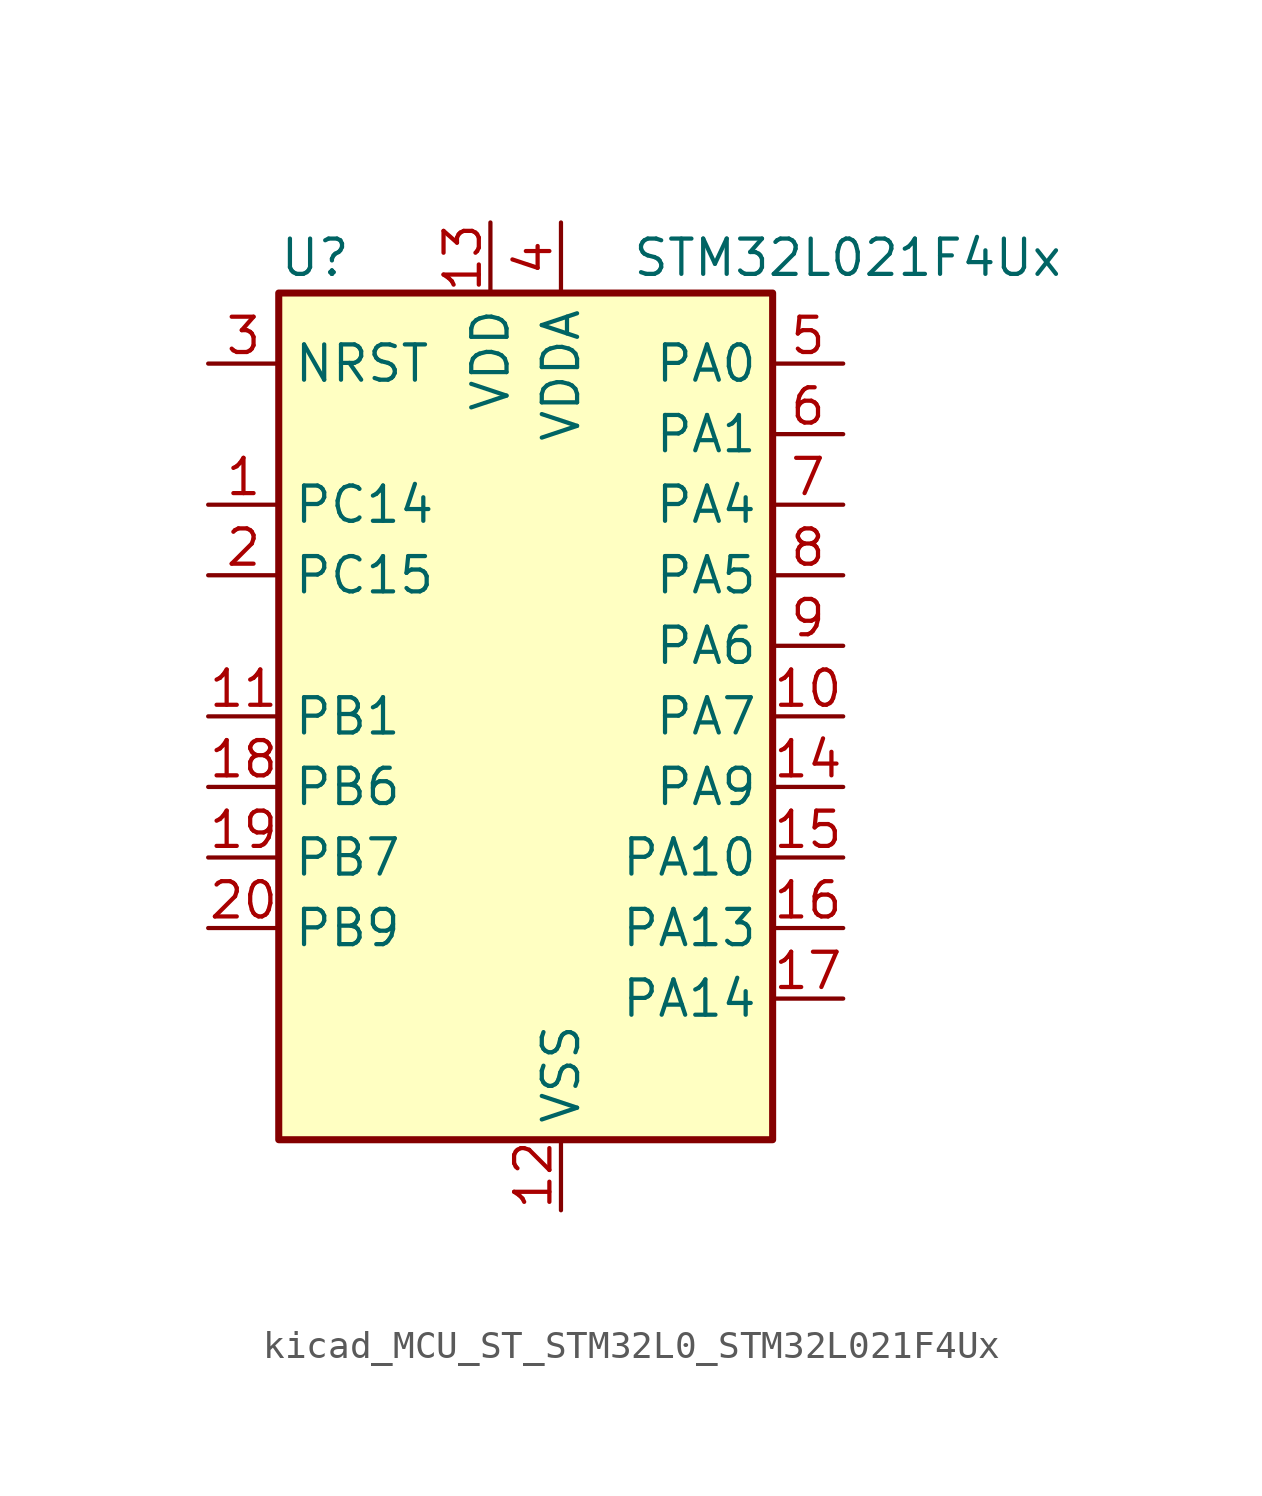
<source format=kicad_sym>
(kicad_symbol_lib
  (version 20220914)
  (generator kicad_symbol_editor)
  (symbol "kicad_MCU_ST_STM32L0_STM32L021F4Ux"
    (property "Reference" "U"
      (at -7.62 16.51 0)
      (effects (font (size 1.27 1.27)) (justify left)))
    (property "Value" "STM32L021F4Ux"
      (at 5.08 16.51 0)
      (effects (font (size 1.27 1.27)) (justify left)))
    (property "ki_locked" ""
      (at 0 0 0)
      (effects (font (size 1.27 1.27))))
    (symbol "kicad_MCU_ST_STM32L0_STM32L021F4Ux_0_1"
      (rectangle (start -7.62 -15.24) (end 10.16 15.24) (stroke (width 0.254) (type default)) (fill (type background))))
    (symbol "kicad_MCU_ST_STM32L0_STM32L021F4Ux_1_1"
      (pin bidirectional line (at -10.16 7.62 0) (length 2.54) (name "PC14" (effects (font (size 1.27 1.27)))) (number "1" (effects (font (size 1.27 1.27)))) (alternate "RCC_OSC32_IN" bidirectional line))
      (pin bidirectional line (at 12.7 0 180) (length 2.54) (name "PA7" (effects (font (size 1.27 1.27)))) (number "10" (effects (font (size 1.27 1.27)))) (alternate "ADC_IN7" bidirectional line) (alternate "COMP2_INP" bidirectional line) (alternate "COMP2_OUT" bidirectional line) (alternate "LPTIM1_OUT" bidirectional line) (alternate "SPI1_MOSI" bidirectional line) (alternate "TIM21_ETR" bidirectional line) (alternate "USART2_CTS" bidirectional line))
      (pin bidirectional line (at -10.16 0 0) (length 2.54) (name "PB1" (effects (font (size 1.27 1.27)))) (number "11" (effects (font (size 1.27 1.27)))) (alternate "ADC_IN9" bidirectional line) (alternate "LPTIM1_IN1" bidirectional line) (alternate "LPUART1_DE" bidirectional line) (alternate "LPUART1_RTS" bidirectional line) (alternate "SPI1_MOSI" bidirectional line) (alternate "SYS_VREF_OUT_PB1" bidirectional line) (alternate "TIM2_CH4" bidirectional line) (alternate "USART2_CK" bidirectional line))
      (pin power_in line (at 2.54 -17.78 90) (length 2.54) (name "VSS" (effects (font (size 1.27 1.27)))) (number "12" (effects (font (size 1.27 1.27)))))
      (pin power_in line (at 0 17.78 270) (length 2.54) (name "VDD" (effects (font (size 1.27 1.27)))) (number "13" (effects (font (size 1.27 1.27)))))
      (pin bidirectional line (at 12.7 -2.54 180) (length 2.54) (name "PA9" (effects (font (size 1.27 1.27)))) (number "14" (effects (font (size 1.27 1.27)))) (alternate "COMP1_OUT" bidirectional line) (alternate "I2C1_SCL" bidirectional line) (alternate "LPTIM1_OUT" bidirectional line) (alternate "RCC_MCO" bidirectional line) (alternate "TIM21_CH2" bidirectional line) (alternate "USART2_TX" bidirectional line))
      (pin bidirectional line (at 12.7 -5.08 180) (length 2.54) (name "PA10" (effects (font (size 1.27 1.27)))) (number "15" (effects (font (size 1.27 1.27)))) (alternate "COMP1_OUT" bidirectional line) (alternate "I2C1_SDA" bidirectional line) (alternate "RTC_REFIN" bidirectional line) (alternate "TIM21_CH1" bidirectional line) (alternate "TIM2_CH3" bidirectional line) (alternate "USART2_RX" bidirectional line))
      (pin bidirectional line (at 12.7 -7.62 180) (length 2.54) (name "PA13" (effects (font (size 1.27 1.27)))) (number "16" (effects (font (size 1.27 1.27)))) (alternate "COMP1_OUT" bidirectional line) (alternate "I2C1_SDA" bidirectional line) (alternate "LPTIM1_ETR" bidirectional line) (alternate "LPUART1_RX" bidirectional line) (alternate "SPI1_SCK" bidirectional line) (alternate "SYS_SWDIO" bidirectional line))
      (pin bidirectional line (at 12.7 -10.16 180) (length 2.54) (name "PA14" (effects (font (size 1.27 1.27)))) (number "17" (effects (font (size 1.27 1.27)))) (alternate "COMP2_OUT" bidirectional line) (alternate "I2C1_SMBA" bidirectional line) (alternate "LPTIM1_OUT" bidirectional line) (alternate "LPUART1_TX" bidirectional line) (alternate "SPI1_MISO" bidirectional line) (alternate "SYS_SWCLK" bidirectional line) (alternate "USART2_TX" bidirectional line))
      (pin bidirectional line (at -10.16 -2.54 0) (length 2.54) (name "PB6" (effects (font (size 1.27 1.27)))) (number "18" (effects (font (size 1.27 1.27)))) (alternate "COMP2_INP" bidirectional line) (alternate "I2C1_SCL" bidirectional line) (alternate "LPTIM1_ETR" bidirectional line) (alternate "LPUART1_TX" bidirectional line) (alternate "TIM2_CH3" bidirectional line) (alternate "USART2_TX" bidirectional line))
      (pin bidirectional line (at -10.16 -5.08 0) (length 2.54) (name "PB7" (effects (font (size 1.27 1.27)))) (number "19" (effects (font (size 1.27 1.27)))) (alternate "COMP2_INP" bidirectional line) (alternate "I2C1_SDA" bidirectional line) (alternate "LPTIM1_IN2" bidirectional line) (alternate "LPUART1_RX" bidirectional line) (alternate "SYS_PVD_IN" bidirectional line) (alternate "TIM2_CH4" bidirectional line) (alternate "USART2_RX" bidirectional line))
      (pin bidirectional line (at -10.16 5.08 0) (length 2.54) (name "PC15" (effects (font (size 1.27 1.27)))) (number "2" (effects (font (size 1.27 1.27)))) (alternate "RCC_OSC32_OUT" bidirectional line))
      (pin bidirectional line (at -10.16 -7.62 0) (length 2.54) (name "PB9" (effects (font (size 1.27 1.27)))) (number "20" (effects (font (size 1.27 1.27)))))
      (pin input line (at -10.16 12.7 0) (length 2.54) (name "NRST" (effects (font (size 1.27 1.27)))) (number "3" (effects (font (size 1.27 1.27)))))
      (pin power_in line (at 2.54 17.78 270) (length 2.54) (name "VDDA" (effects (font (size 1.27 1.27)))) (number "4" (effects (font (size 1.27 1.27)))))
      (pin bidirectional line (at 12.7 12.7 180) (length 2.54) (name "PA0" (effects (font (size 1.27 1.27)))) (number "5" (effects (font (size 1.27 1.27)))) (alternate "ADC_IN0" bidirectional line) (alternate "COMP1_INM" bidirectional line) (alternate "COMP1_OUT" bidirectional line) (alternate "LPTIM1_IN1" bidirectional line) (alternate "LPUART1_RX" bidirectional line) (alternate "RCC_CK_IN" bidirectional line) (alternate "RTC_TAMP2" bidirectional line) (alternate "SYS_WKUP1" bidirectional line) (alternate "TIM2_CH1" bidirectional line) (alternate "TIM2_ETR" bidirectional line) (alternate "USART2_CTS" bidirectional line) (alternate "USART2_RX" bidirectional line))
      (pin bidirectional line (at 12.7 10.16 180) (length 2.54) (name "PA1" (effects (font (size 1.27 1.27)))) (number "6" (effects (font (size 1.27 1.27)))) (alternate "ADC_IN1" bidirectional line) (alternate "COMP1_INP" bidirectional line) (alternate "I2C1_SMBA" bidirectional line) (alternate "LPTIM1_IN2" bidirectional line) (alternate "LPUART1_TX" bidirectional line) (alternate "TIM21_ETR" bidirectional line) (alternate "TIM2_CH2" bidirectional line) (alternate "USART2_DE" bidirectional line) (alternate "USART2_RTS" bidirectional line))
      (pin bidirectional line (at 12.7 7.62 180) (length 2.54) (name "PA4" (effects (font (size 1.27 1.27)))) (number "7" (effects (font (size 1.27 1.27)))) (alternate "ADC_IN4" bidirectional line) (alternate "COMP1_INM" bidirectional line) (alternate "COMP2_INM" bidirectional line) (alternate "COMP2_OUT" bidirectional line) (alternate "I2C1_SCL" bidirectional line) (alternate "LPTIM1_ETR" bidirectional line) (alternate "LPTIM1_IN1" bidirectional line) (alternate "LPUART1_TX" bidirectional line) (alternate "SPI1_NSS" bidirectional line) (alternate "TIM2_ETR" bidirectional line) (alternate "USART2_CK" bidirectional line))
      (pin bidirectional line (at 12.7 5.08 180) (length 2.54) (name "PA5" (effects (font (size 1.27 1.27)))) (number "8" (effects (font (size 1.27 1.27)))) (alternate "ADC_IN5" bidirectional line) (alternate "COMP1_INM" bidirectional line) (alternate "COMP2_INM" bidirectional line) (alternate "LPTIM1_IN2" bidirectional line) (alternate "SPI1_SCK" bidirectional line) (alternate "TIM2_CH1" bidirectional line) (alternate "TIM2_ETR" bidirectional line))
      (pin bidirectional line (at 12.7 2.54 180) (length 2.54) (name "PA6" (effects (font (size 1.27 1.27)))) (number "9" (effects (font (size 1.27 1.27)))) (alternate "ADC_IN6" bidirectional line) (alternate "COMP1_OUT" bidirectional line) (alternate "LPTIM1_ETR" bidirectional line) (alternate "LPUART1_CTS" bidirectional line) (alternate "SPI1_MISO" bidirectional line)))))
</source>
